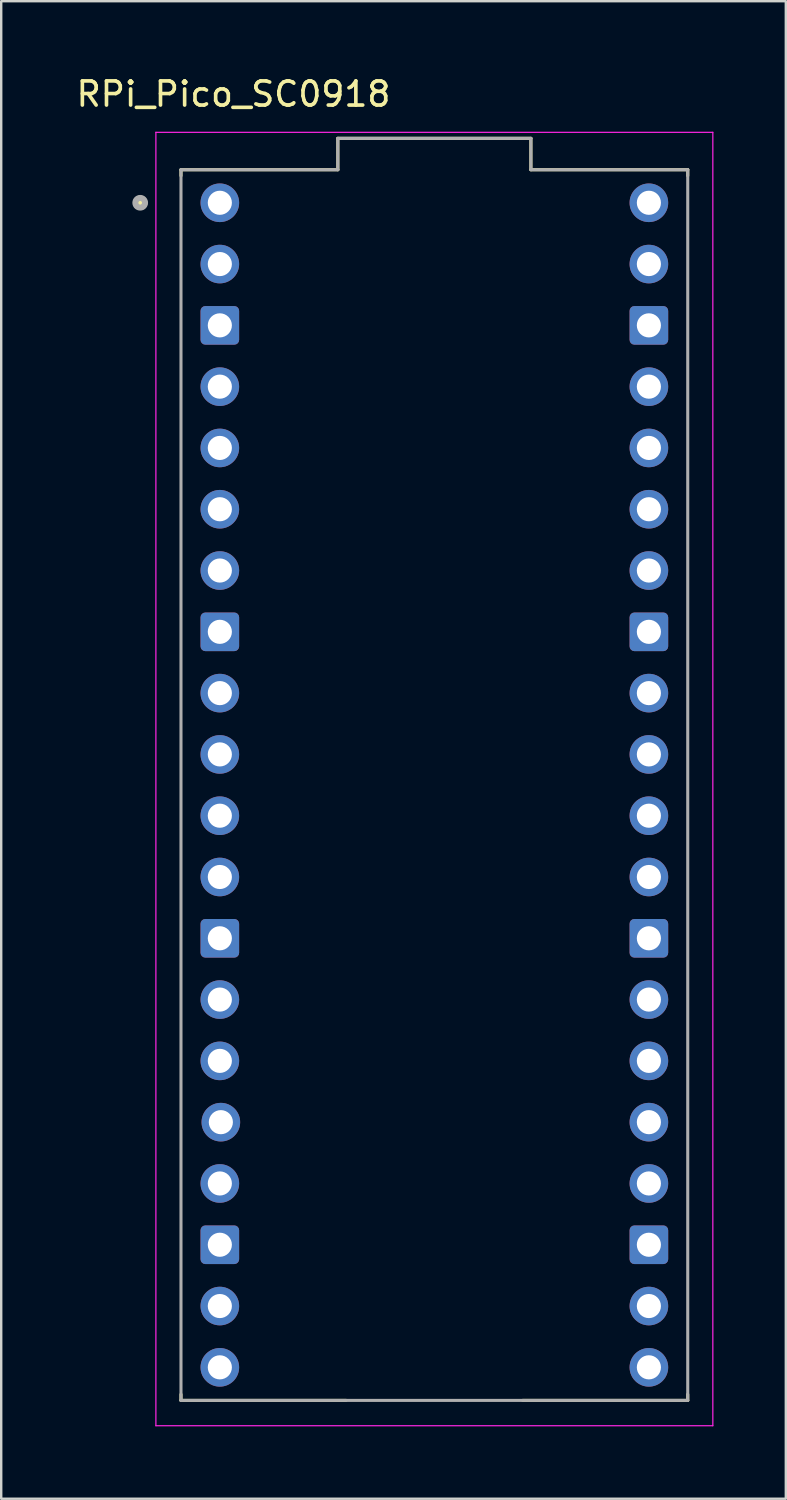
<source format=kicad_pcb>
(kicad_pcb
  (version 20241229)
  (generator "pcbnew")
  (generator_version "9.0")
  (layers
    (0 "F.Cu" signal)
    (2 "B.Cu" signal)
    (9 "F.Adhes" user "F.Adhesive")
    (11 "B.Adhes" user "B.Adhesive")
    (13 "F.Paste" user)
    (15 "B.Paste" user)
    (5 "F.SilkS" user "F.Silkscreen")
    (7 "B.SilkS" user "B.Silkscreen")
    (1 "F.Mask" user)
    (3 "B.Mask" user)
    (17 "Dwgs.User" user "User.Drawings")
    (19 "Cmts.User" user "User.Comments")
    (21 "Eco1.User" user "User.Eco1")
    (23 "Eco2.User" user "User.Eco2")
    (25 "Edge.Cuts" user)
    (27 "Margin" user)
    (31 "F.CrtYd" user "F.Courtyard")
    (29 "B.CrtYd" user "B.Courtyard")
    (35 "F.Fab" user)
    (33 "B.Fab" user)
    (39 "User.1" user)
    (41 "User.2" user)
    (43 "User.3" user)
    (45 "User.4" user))
  (footprint "RPi_Pico_SC0918"
    (layer "F.Cu")
    (at 14.95 29.483)
    (property "Reference" "RPi_Pico_SC0918" (at -8.325 -28.635 0) (layer "F.SilkS") (effects (font (size 1 1) (thickness 0.15))))
    (attr through_hole)
    (fp_line (start -10.5 -25.5) (end -4 -25.5) (stroke (width 0.127) (type solid)) (layer "F.SilkS"))
    (fp_line (start -10.5 -25.25) (end -10.5 -25.5) (stroke (width 0.127) (type solid)) (layer "F.SilkS"))
    (fp_line (start -10.5 25.5) (end -10.5 25.25) (stroke (width 0.127) (type solid)) (layer "F.SilkS"))
    (fp_line (start -4 -26.8) (end 4 -26.8) (stroke (width 0.127) (type solid)) (layer "F.SilkS"))
    (fp_line (start -4 -25.5) (end -4 -26.8) (stroke (width 0.127) (type solid)) (layer "F.SilkS"))
    (fp_line (start -3.66 25.5) (end -10.5 25.5) (stroke (width 0.127) (type solid)) (layer "F.SilkS"))
    (fp_line (start 4 -26.8) (end 4 -25.5) (stroke (width 0.127) (type solid)) (layer "F.SilkS"))
    (fp_line (start 4 -25.5) (end 10.5 -25.5) (stroke (width 0.127) (type solid)) (layer "F.SilkS"))
    (fp_line (start 10.5 -25.5) (end 10.5 -25.25) (stroke (width 0.127) (type solid)) (layer "F.SilkS"))
    (fp_line (start 10.5 25.5) (end 3.66 25.5) (stroke (width 0.127) (type solid)) (layer "F.SilkS"))
    (fp_line (start 10.5 25.5) (end 10.5 25.25) (stroke (width 0.127) (type solid)) (layer "F.SilkS"))
    (fp_circle (center -12.19 -24.13) (end -11.99 -24.13) (stroke (width 0.2) (type solid)) (fill yes) (layer "F.SilkS"))
    (fp_line (start -11.54 -27.05) (end -11.54 26.55) (stroke (width 0.05) (type solid)) (layer "F.CrtYd"))
    (fp_line (start -11.54 26.55) (end 11.54 26.55) (stroke (width 0.05) (type solid)) (layer "F.CrtYd"))
    (fp_line (start 11.54 -27.05) (end -11.54 -27.05) (stroke (width 0.05) (type solid)) (layer "F.CrtYd"))
    (fp_line (start 11.54 26.55) (end 11.54 -27.05) (stroke (width 0.05) (type solid)) (layer "F.CrtYd"))
    (fp_line (start -10.5 -25.5) (end -4 -25.5) (stroke (width 0.127) (type solid)) (layer "F.Fab"))
    (fp_line (start -10.5 25.5) (end -10.5 -25.5) (stroke (width 0.127) (type solid)) (layer "F.Fab"))
    (fp_line (start -4 -26.8) (end 4 -26.8) (stroke (width 0.127) (type solid)) (layer "F.Fab"))
    (fp_line (start -4 -25.5) (end -4 -26.8) (stroke (width 0.127) (type solid)) (layer "F.Fab"))
    (fp_line (start 4 -26.8) (end 4 -25.5) (stroke (width 0.127) (type solid)) (layer "F.Fab"))
    (fp_line (start 4 -25.5) (end 10.5 -25.5) (stroke (width 0.127) (type solid)) (layer "F.Fab"))
    (fp_line (start 10.5 -25.5) (end 10.5 25.5) (stroke (width 0.127) (type solid)) (layer "F.Fab"))
    (fp_line (start 10.5 25.5) (end -10.5 25.5) (stroke (width 0.127) (type solid)) (layer "F.Fab"))
    (fp_circle (center -12.19 -24.13) (end -11.99 -24.13) (stroke (width 0.25) (type solid)) (fill no) (layer "F.Fab"))
    (pad "1" thru_hole circle (at -8.89 -24.13) (size 1.6 1.6) (drill 1) (layers "*.Cu" "*.Mask"))
    (pad "2" thru_hole circle (at -8.89 -21.59) (size 1.6 1.6) (drill 1) (layers "*.Cu" "*.Mask"))
    (pad "3" thru_hole roundrect (at -8.89 -19.05) (size 1.6 1.6) (drill 1) (layers "*.Cu" "*.Mask") (roundrect_rratio 0.125))
    (pad "4" thru_hole circle (at -8.89 -16.51) (size 1.6 1.6) (drill 1) (layers "*.Cu" "*.Mask"))
    (pad "5" thru_hole circle (at -8.89 -13.97) (size 1.6 1.6) (drill 1) (layers "*.Cu" "*.Mask"))
    (pad "6" thru_hole circle (at -8.89 -11.43) (size 1.6 1.6) (drill 1) (layers "*.Cu" "*.Mask"))
    (pad "7" thru_hole circle (at -8.89 -8.89) (size 1.6 1.6) (drill 1) (layers "*.Cu" "*.Mask"))
    (pad "8" thru_hole roundrect (at -8.89 -6.35) (size 1.6 1.6) (drill 1) (layers "*.Cu" "*.Mask") (roundrect_rratio 0.125))
    (pad "9" thru_hole circle (at -8.89 -3.81) (size 1.6 1.6) (drill 1) (layers "*.Cu" "*.Mask"))
    (pad "10" thru_hole circle (at -8.89 -1.27) (size 1.6 1.6) (drill 1) (layers "*.Cu" "*.Mask"))
    (pad "11" thru_hole circle (at -8.89 1.27) (size 1.6 1.6) (drill 1) (layers "*.Cu" "*.Mask"))
    (pad "12" thru_hole circle (at -8.89 3.81) (size 1.6 1.6) (drill 1) (layers "*.Cu" "*.Mask"))
    (pad "13" thru_hole roundrect (at -8.89 6.35) (size 1.6 1.6) (drill 1) (layers "*.Cu" "*.Mask") (roundrect_rratio 0.125))
    (pad "14" thru_hole circle (at -8.89 8.89) (size 1.6 1.6) (drill 1) (layers "*.Cu" "*.Mask"))
    (pad "15" thru_hole circle (at -8.89 11.43) (size 1.6 1.6) (drill 1) (layers "*.Cu" "*.Mask"))
    (pad "16" thru_hole circle (at -8.848 13.97) (size 1.6 1.6) (drill 1) (layers "*.Cu" "*.Mask"))
    (pad "17" thru_hole circle (at -8.89 16.51) (size 1.6 1.6) (drill 1) (layers "*.Cu" "*.Mask"))
    (pad "18" thru_hole roundrect (at -8.89 19.05) (size 1.6 1.6) (drill 1) (layers "*.Cu" "*.Mask") (roundrect_rratio 0.125))
    (pad "19" thru_hole circle (at -8.89 21.59) (size 1.6 1.6) (drill 1) (layers "*.Cu" "*.Mask"))
    (pad "20" thru_hole circle (at -8.89 24.13) (size 1.6 1.6) (drill 1) (layers "*.Cu" "*.Mask"))
    (pad "21" thru_hole circle (at 8.89 24.13) (size 1.6 1.6) (drill 1) (layers "*.Cu" "*.Mask"))
    (pad "22" thru_hole circle (at 8.89 21.59) (size 1.6 1.6) (drill 1) (layers "*.Cu" "*.Mask"))
    (pad "23" thru_hole roundrect (at 8.89 19.05) (size 1.6 1.6) (drill 1) (layers "*.Cu" "*.Mask") (roundrect_rratio 0.125))
    (pad "24" thru_hole circle (at 8.89 16.51) (size 1.6 1.6) (drill 1) (layers "*.Cu" "*.Mask"))
    (pad "25" thru_hole circle (at 8.89 13.97) (size 1.6 1.6) (drill 1) (layers "*.Cu" "*.Mask"))
    (pad "26" thru_hole circle (at 8.89 11.43) (size 1.6 1.6) (drill 1) (layers "*.Cu" "*.Mask"))
    (pad "27" thru_hole circle (at 8.89 8.89) (size 1.6 1.6) (drill 1) (layers "*.Cu" "*.Mask"))
    (pad "28" thru_hole roundrect (at 8.89 6.35) (size 1.6 1.6) (drill 1) (layers "*.Cu" "*.Mask") (roundrect_rratio 0.125))
    (pad "29" thru_hole circle (at 8.89 3.81) (size 1.6 1.6) (drill 1) (layers "*.Cu" "*.Mask"))
    (pad "30" thru_hole circle (at 8.89 1.27) (size 1.6 1.6) (drill 1) (layers "*.Cu" "*.Mask"))
    (pad "31" thru_hole circle (at 8.89 -1.27) (size 1.6 1.6) (drill 1) (layers "*.Cu" "*.Mask"))
    (pad "32" thru_hole circle (at 8.89 -3.81) (size 1.6 1.6) (drill 1) (layers "*.Cu" "*.Mask"))
    (pad "33" thru_hole roundrect (at 8.89 -6.35) (size 1.6 1.6) (drill 1) (layers "*.Cu" "*.Mask") (roundrect_rratio 0.125))
    (pad "34" thru_hole circle (at 8.89 -8.89) (size 1.6 1.6) (drill 1) (layers "*.Cu" "*.Mask"))
    (pad "35" thru_hole circle (at 8.89 -11.43) (size 1.6 1.6) (drill 1) (layers "*.Cu" "*.Mask"))
    (pad "36" thru_hole circle (at 8.89 -13.97) (size 1.6 1.6) (drill 1) (layers "*.Cu" "*.Mask"))
    (pad "37" thru_hole circle (at 8.89 -16.51) (size 1.6 1.6) (drill 1) (layers "*.Cu" "*.Mask"))
    (pad "38" thru_hole roundrect (at 8.89 -19.05) (size 1.6 1.6) (drill 1) (layers "*.Cu" "*.Mask") (roundrect_rratio 0.125))
    (pad "39" thru_hole circle (at 8.89 -21.59) (size 1.6 1.6) (drill 1) (layers "*.Cu" "*.Mask"))
    (pad "40" thru_hole circle (at 8.89 -24.13) (size 1.6 1.6) (drill 1) (layers "*.Cu" "*.Mask")))
  (gr_rect
    (start -3 -3)
    (end 29.515 59.058)
    (stroke (width 0.1) (type default))
    (fill no)
    (layer "Edge.Cuts")))
</source>
